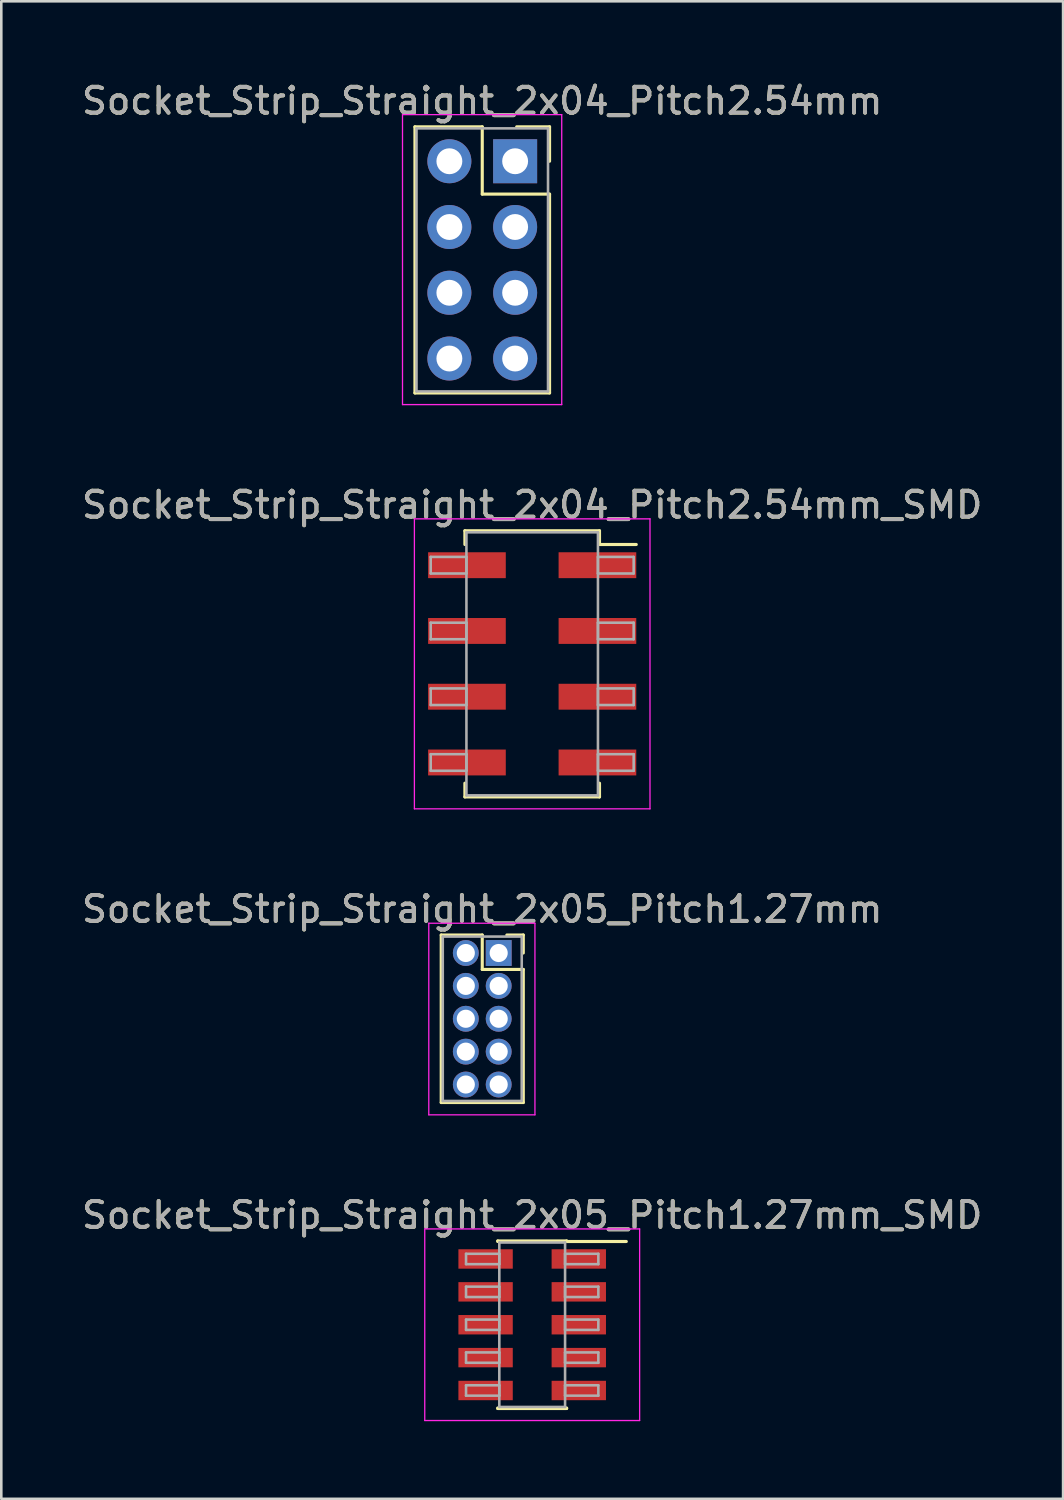
<source format=kicad_pcb>
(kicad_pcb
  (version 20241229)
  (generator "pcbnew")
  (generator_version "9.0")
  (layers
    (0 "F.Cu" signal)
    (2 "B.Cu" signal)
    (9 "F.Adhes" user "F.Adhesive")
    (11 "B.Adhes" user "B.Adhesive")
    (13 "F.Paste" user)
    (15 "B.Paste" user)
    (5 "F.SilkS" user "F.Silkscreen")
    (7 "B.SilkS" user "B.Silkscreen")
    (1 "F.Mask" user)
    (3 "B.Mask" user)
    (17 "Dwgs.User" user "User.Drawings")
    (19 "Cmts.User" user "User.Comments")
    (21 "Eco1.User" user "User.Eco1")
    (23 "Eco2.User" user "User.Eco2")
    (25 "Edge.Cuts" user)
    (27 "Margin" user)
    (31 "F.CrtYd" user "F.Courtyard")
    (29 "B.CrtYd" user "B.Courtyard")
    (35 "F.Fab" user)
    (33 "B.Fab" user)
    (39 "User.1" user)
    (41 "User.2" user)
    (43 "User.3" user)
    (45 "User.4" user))
  (footprint "Socket_Strip_Straight_2x04_Pitch2.54mm"
    (layer "F.Cu")
    (at 16.847 3.178)
    (property "Reference" "Socket_Strip_Straight_2x04_Pitch2.54mm" (at -1.27 -2.33 0) (layer "F.SilkS") (effects (font (size 1 1) (thickness 0.15))))
    (attr through_hole)
    (fp_line (start -3.87 -1.33) (end -1.27 -1.33) (stroke (width 0.12) (type solid)) (layer "F.SilkS"))
    (fp_line (start -3.87 8.95) (end -3.87 -1.33) (stroke (width 0.12) (type solid)) (layer "F.SilkS"))
    (fp_line (start -1.27 -1.33) (end -1.27 1.27) (stroke (width 0.12) (type solid)) (layer "F.SilkS"))
    (fp_line (start -1.27 1.27) (end 1.33 1.27) (stroke (width 0.12) (type solid)) (layer "F.SilkS"))
    (fp_line (start 1.33 -1.33) (end 0.06 -1.33) (stroke (width 0.12) (type solid)) (layer "F.SilkS"))
    (fp_line (start 1.33 0) (end 1.33 -1.33) (stroke (width 0.12) (type solid)) (layer "F.SilkS"))
    (fp_line (start 1.33 1.27) (end 1.33 8.95) (stroke (width 0.12) (type solid)) (layer "F.SilkS"))
    (fp_line (start 1.33 8.95) (end -3.87 8.95) (stroke (width 0.12) (type solid)) (layer "F.SilkS"))
    (fp_line (start -4.35 -1.8) (end -4.35 9.4) (stroke (width 0.05) (type solid)) (layer "F.CrtYd"))
    (fp_line (start -4.35 9.4) (end 1.8 9.4) (stroke (width 0.05) (type solid)) (layer "F.CrtYd"))
    (fp_line (start 1.8 -1.8) (end -4.35 -1.8) (stroke (width 0.05) (type solid)) (layer "F.CrtYd"))
    (fp_line (start 1.8 9.4) (end 1.8 -1.8) (stroke (width 0.05) (type solid)) (layer "F.CrtYd"))
    (fp_line (start -3.81 -1.27) (end -3.81 8.89) (stroke (width 0.1) (type solid)) (layer "F.Fab"))
    (fp_line (start -3.81 8.89) (end 1.27 8.89) (stroke (width 0.1) (type solid)) (layer "F.Fab"))
    (fp_line (start 1.27 -1.27) (end -3.81 -1.27) (stroke (width 0.1) (type solid)) (layer "F.Fab"))
    (fp_line (start 1.27 8.89) (end 1.27 -1.27) (stroke (width 0.1) (type solid)) (layer "F.Fab"))
    (fp_text user "${REFERENCE}" (at -1.27 -2.33 0) (layer "F.Fab") (effects (font (size 1 1) (thickness 0.15))))
    (pad "1" thru_hole rect (at 0 0) (size 1.7 1.7) (drill 1) (layers "*.Cu" "*.Mask"))
    (pad "2" thru_hole oval (at -2.54 0) (size 1.7 1.7) (drill 1) (layers "*.Cu" "*.Mask"))
    (pad "3" thru_hole oval (at 0 2.54) (size 1.7 1.7) (drill 1) (layers "*.Cu" "*.Mask"))
    (pad "4" thru_hole oval (at -2.54 2.54) (size 1.7 1.7) (drill 1) (layers "*.Cu" "*.Mask"))
    (pad "5" thru_hole oval (at 0 5.08) (size 1.7 1.7) (drill 1) (layers "*.Cu" "*.Mask"))
    (pad "6" thru_hole oval (at -2.54 5.08) (size 1.7 1.7) (drill 1) (layers "*.Cu" "*.Mask"))
    (pad "7" thru_hole oval (at 0 7.62) (size 1.7 1.7) (drill 1) (layers "*.Cu" "*.Mask"))
    (pad "8" thru_hole oval (at -2.54 7.62) (size 1.7 1.7) (drill 1) (layers "*.Cu" "*.Mask")))
  (footprint "Socket_Strip_Straight_2x05_Pitch1.27mm_SMD"
    (layer "F.Cu")
    (at 17.506 48.118)
    (property "Reference" "Socket_Strip_Straight_2x05_Pitch1.27mm_SMD" (at 0 -4.235 0) (layer "F.SilkS") (effects (font (size 1 1) (thickness 0.15))))
    (attr smd)
    (fp_line (start -1.33 -3.235) (end 1.33 -3.235) (stroke (width 0.12) (type solid)) (layer "F.SilkS"))
    (fp_line (start -1.33 -3.215) (end -1.33 -3.235) (stroke (width 0.12) (type solid)) (layer "F.SilkS"))
    (fp_line (start -1.33 3.215) (end -1.33 3.235) (stroke (width 0.12) (type solid)) (layer "F.SilkS"))
    (fp_line (start -1.33 3.235) (end 1.33 3.235) (stroke (width 0.12) (type solid)) (layer "F.SilkS"))
    (fp_line (start 1.33 -3.235) (end 1.33 -3.215) (stroke (width 0.12) (type solid)) (layer "F.SilkS"))
    (fp_line (start 1.33 3.235) (end 1.33 3.215) (stroke (width 0.12) (type solid)) (layer "F.SilkS"))
    (fp_line (start 3.635 -3.215) (end 1.33 -3.215) (stroke (width 0.12) (type solid)) (layer "F.SilkS"))
    (fp_line (start -4.15 -3.7) (end -4.15 3.7) (stroke (width 0.05) (type solid)) (layer "F.CrtYd"))
    (fp_line (start -4.15 3.7) (end 4.15 3.7) (stroke (width 0.05) (type solid)) (layer "F.CrtYd"))
    (fp_line (start 4.15 -3.7) (end -4.15 -3.7) (stroke (width 0.05) (type solid)) (layer "F.CrtYd"))
    (fp_line (start 4.15 3.7) (end 4.15 -3.7) (stroke (width 0.05) (type solid)) (layer "F.CrtYd"))
    (fp_line (start -2.555 -2.74) (end -1.27 -2.74) (stroke (width 0.1) (type solid)) (layer "F.Fab"))
    (fp_line (start -2.555 -2.34) (end -2.555 -2.74) (stroke (width 0.1) (type solid)) (layer "F.Fab"))
    (fp_line (start -2.555 -1.47) (end -1.27 -1.47) (stroke (width 0.1) (type solid)) (layer "F.Fab"))
    (fp_line (start -2.555 -1.07) (end -2.555 -1.47) (stroke (width 0.1) (type solid)) (layer "F.Fab"))
    (fp_line (start -2.555 -0.2) (end -1.27 -0.2) (stroke (width 0.1) (type solid)) (layer "F.Fab"))
    (fp_line (start -2.555 0.2) (end -2.555 -0.2) (stroke (width 0.1) (type solid)) (layer "F.Fab"))
    (fp_line (start -2.555 1.07) (end -1.27 1.07) (stroke (width 0.1) (type solid)) (layer "F.Fab"))
    (fp_line (start -2.555 1.47) (end -2.555 1.07) (stroke (width 0.1) (type solid)) (layer "F.Fab"))
    (fp_line (start -2.555 2.34) (end -1.27 2.34) (stroke (width 0.1) (type solid)) (layer "F.Fab"))
    (fp_line (start -2.555 2.74) (end -2.555 2.34) (stroke (width 0.1) (type solid)) (layer "F.Fab"))
    (fp_line (start -1.27 -3.175) (end -1.27 3.175) (stroke (width 0.1) (type solid)) (layer "F.Fab"))
    (fp_line (start -1.27 -2.74) (end -1.27 -2.34) (stroke (width 0.1) (type solid)) (layer "F.Fab"))
    (fp_line (start -1.27 -2.34) (end -2.555 -2.34) (stroke (width 0.1) (type solid)) (layer "F.Fab"))
    (fp_line (start -1.27 -1.47) (end -1.27 -1.07) (stroke (width 0.1) (type solid)) (layer "F.Fab"))
    (fp_line (start -1.27 -1.07) (end -2.555 -1.07) (stroke (width 0.1) (type solid)) (layer "F.Fab"))
    (fp_line (start -1.27 -0.2) (end -1.27 0.2) (stroke (width 0.1) (type solid)) (layer "F.Fab"))
    (fp_line (start -1.27 0.2) (end -2.555 0.2) (stroke (width 0.1) (type solid)) (layer "F.Fab"))
    (fp_line (start -1.27 1.07) (end -1.27 1.47) (stroke (width 0.1) (type solid)) (layer "F.Fab"))
    (fp_line (start -1.27 1.47) (end -2.555 1.47) (stroke (width 0.1) (type solid)) (layer "F.Fab"))
    (fp_line (start -1.27 2.34) (end -1.27 2.74) (stroke (width 0.1) (type solid)) (layer "F.Fab"))
    (fp_line (start -1.27 2.74) (end -2.555 2.74) (stroke (width 0.1) (type solid)) (layer "F.Fab"))
    (fp_line (start -1.27 3.175) (end 1.27 3.175) (stroke (width 0.1) (type solid)) (layer "F.Fab"))
    (fp_line (start 1.27 -3.175) (end -1.27 -3.175) (stroke (width 0.1) (type solid)) (layer "F.Fab"))
    (fp_line (start 1.27 -2.74) (end 1.27 -2.34) (stroke (width 0.1) (type solid)) (layer "F.Fab"))
    (fp_line (start 1.27 -2.34) (end 2.555 -2.34) (stroke (width 0.1) (type solid)) (layer "F.Fab"))
    (fp_line (start 1.27 -1.47) (end 1.27 -1.07) (stroke (width 0.1) (type solid)) (layer "F.Fab"))
    (fp_line (start 1.27 -1.07) (end 2.555 -1.07) (stroke (width 0.1) (type solid)) (layer "F.Fab"))
    (fp_line (start 1.27 -0.2) (end 1.27 0.2) (stroke (width 0.1) (type solid)) (layer "F.Fab"))
    (fp_line (start 1.27 0.2) (end 2.555 0.2) (stroke (width 0.1) (type solid)) (layer "F.Fab"))
    (fp_line (start 1.27 1.07) (end 1.27 1.47) (stroke (width 0.1) (type solid)) (layer "F.Fab"))
    (fp_line (start 1.27 1.47) (end 2.555 1.47) (stroke (width 0.1) (type solid)) (layer "F.Fab"))
    (fp_line (start 1.27 2.34) (end 1.27 2.74) (stroke (width 0.1) (type solid)) (layer "F.Fab"))
    (fp_line (start 1.27 2.74) (end 2.555 2.74) (stroke (width 0.1) (type solid)) (layer "F.Fab"))
    (fp_line (start 1.27 3.175) (end 1.27 -3.175) (stroke (width 0.1) (type solid)) (layer "F.Fab"))
    (fp_line (start 2.555 -2.74) (end 1.27 -2.74) (stroke (width 0.1) (type solid)) (layer "F.Fab"))
    (fp_line (start 2.555 -2.34) (end 2.555 -2.74) (stroke (width 0.1) (type solid)) (layer "F.Fab"))
    (fp_line (start 2.555 -1.47) (end 1.27 -1.47) (stroke (width 0.1) (type solid)) (layer "F.Fab"))
    (fp_line (start 2.555 -1.07) (end 2.555 -1.47) (stroke (width 0.1) (type solid)) (layer "F.Fab"))
    (fp_line (start 2.555 -0.2) (end 1.27 -0.2) (stroke (width 0.1) (type solid)) (layer "F.Fab"))
    (fp_line (start 2.555 0.2) (end 2.555 -0.2) (stroke (width 0.1) (type solid)) (layer "F.Fab"))
    (fp_line (start 2.555 1.07) (end 1.27 1.07) (stroke (width 0.1) (type solid)) (layer "F.Fab"))
    (fp_line (start 2.555 1.47) (end 2.555 1.07) (stroke (width 0.1) (type solid)) (layer "F.Fab"))
    (fp_line (start 2.555 2.34) (end 1.27 2.34) (stroke (width 0.1) (type solid)) (layer "F.Fab"))
    (fp_line (start 2.555 2.74) (end 2.555 2.34) (stroke (width 0.1) (type solid)) (layer "F.Fab"))
    (fp_text user "${REFERENCE}" (at 0 -4.235 0) (layer "F.Fab") (effects (font (size 1 1) (thickness 0.15))))
    (pad "1" smd rect (at 1.8 -2.54) (size 2.1 0.75) (layers "F.Cu" "F.Mask" "F.Paste"))
    (pad "2" smd rect (at -1.8 -2.54) (size 2.1 0.75) (layers "F.Cu" "F.Mask" "F.Paste"))
    (pad "3" smd rect (at 1.8 -1.27) (size 2.1 0.75) (layers "F.Cu" "F.Mask" "F.Paste"))
    (pad "4" smd rect (at -1.8 -1.27) (size 2.1 0.75) (layers "F.Cu" "F.Mask" "F.Paste"))
    (pad "5" smd rect (at 1.8 0) (size 2.1 0.75) (layers "F.Cu" "F.Mask" "F.Paste"))
    (pad "6" smd rect (at -1.8 0) (size 2.1 0.75) (layers "F.Cu" "F.Mask" "F.Paste"))
    (pad "7" smd rect (at 1.8 1.27) (size 2.1 0.75) (layers "F.Cu" "F.Mask" "F.Paste"))
    (pad "8" smd rect (at -1.8 1.27) (size 2.1 0.75) (layers "F.Cu" "F.Mask" "F.Paste"))
    (pad "9" smd rect (at 1.8 2.54) (size 2.1 0.75) (layers "F.Cu" "F.Mask" "F.Paste"))
    (pad "10" smd rect (at -1.8 2.54) (size 2.1 0.75) (layers "F.Cu" "F.Mask" "F.Paste")))
  (footprint "Socket_Strip_Straight_2x05_Pitch1.27mm"
    (layer "F.Cu")
    (at 16.212 33.76)
    (property "Reference" "Socket_Strip_Straight_2x05_Pitch1.27mm" (at -0.635 -1.695 0) (layer "F.SilkS") (effects (font (size 1 1) (thickness 0.15))))
    (attr through_hole)
    (fp_line (start -2.22 -0.695) (end -0.635 -0.695) (stroke (width 0.12) (type solid)) (layer "F.SilkS"))
    (fp_line (start -2.22 5.775) (end -2.22 -0.695) (stroke (width 0.12) (type solid)) (layer "F.SilkS"))
    (fp_line (start -0.635 -0.695) (end -0.635 0.635) (stroke (width 0.12) (type solid)) (layer "F.SilkS"))
    (fp_line (start -0.635 0.635) (end 0.95 0.635) (stroke (width 0.12) (type solid)) (layer "F.SilkS"))
    (fp_line (start 0.95 -0.695) (end 0.315 -0.695) (stroke (width 0.12) (type solid)) (layer "F.SilkS"))
    (fp_line (start 0.95 0) (end 0.95 -0.695) (stroke (width 0.12) (type solid)) (layer "F.SilkS"))
    (fp_line (start 0.95 0.635) (end 0.95 5.775) (stroke (width 0.12) (type solid)) (layer "F.SilkS"))
    (fp_line (start 0.95 5.775) (end -2.22 5.775) (stroke (width 0.12) (type solid)) (layer "F.SilkS"))
    (fp_line (start -2.7 -1.15) (end -2.7 6.25) (stroke (width 0.05) (type solid)) (layer "F.CrtYd"))
    (fp_line (start -2.7 6.25) (end 1.4 6.25) (stroke (width 0.05) (type solid)) (layer "F.CrtYd"))
    (fp_line (start 1.4 -1.15) (end -2.7 -1.15) (stroke (width 0.05) (type solid)) (layer "F.CrtYd"))
    (fp_line (start 1.4 6.25) (end 1.4 -1.15) (stroke (width 0.05) (type solid)) (layer "F.CrtYd"))
    (fp_line (start -2.16 -0.635) (end -2.16 5.715) (stroke (width 0.1) (type solid)) (layer "F.Fab"))
    (fp_line (start -2.16 5.715) (end 0.89 5.715) (stroke (width 0.1) (type solid)) (layer "F.Fab"))
    (fp_line (start 0.89 -0.635) (end -2.16 -0.635) (stroke (width 0.1) (type solid)) (layer "F.Fab"))
    (fp_line (start 0.89 5.715) (end 0.89 -0.635) (stroke (width 0.1) (type solid)) (layer "F.Fab"))
    (fp_text user "${REFERENCE}" (at -0.635 -1.695 0) (layer "F.Fab") (effects (font (size 1 1) (thickness 0.15))))
    (pad "1" thru_hole rect (at 0 0) (size 1 1) (drill 0.7) (layers "*.Cu" "*.Mask"))
    (pad "2" thru_hole oval (at -1.27 0) (size 1 1) (drill 0.7) (layers "*.Cu" "*.Mask"))
    (pad "3" thru_hole oval (at 0 1.27) (size 1 1) (drill 0.7) (layers "*.Cu" "*.Mask"))
    (pad "4" thru_hole oval (at -1.27 1.27) (size 1 1) (drill 0.7) (layers "*.Cu" "*.Mask"))
    (pad "5" thru_hole oval (at 0 2.54) (size 1 1) (drill 0.7) (layers "*.Cu" "*.Mask"))
    (pad "6" thru_hole oval (at -1.27 2.54) (size 1 1) (drill 0.7) (layers "*.Cu" "*.Mask"))
    (pad "7" thru_hole oval (at 0 3.81) (size 1 1) (drill 0.7) (layers "*.Cu" "*.Mask"))
    (pad "8" thru_hole oval (at -1.27 3.81) (size 1 1) (drill 0.7) (layers "*.Cu" "*.Mask"))
    (pad "9" thru_hole oval (at 0 5.08) (size 1 1) (drill 0.7) (layers "*.Cu" "*.Mask"))
    (pad "10" thru_hole oval (at -1.27 5.08) (size 1 1) (drill 0.7) (layers "*.Cu" "*.Mask")))
  (footprint "Socket_Strip_Straight_2x04_Pitch2.54mm_SMD"
    (layer "F.Cu")
    (at 17.506 22.591)
    (property "Reference" "Socket_Strip_Straight_2x04_Pitch2.54mm_SMD" (at 0 -6.14 0) (layer "F.SilkS") (effects (font (size 1 1) (thickness 0.15))))
    (attr smd)
    (fp_line (start -2.6 -5.14) (end 2.6 -5.14) (stroke (width 0.12) (type solid)) (layer "F.SilkS"))
    (fp_line (start -2.6 -4.61) (end -2.6 -5.14) (stroke (width 0.12) (type solid)) (layer "F.SilkS"))
    (fp_line (start -2.6 4.61) (end -2.6 5.14) (stroke (width 0.12) (type solid)) (layer "F.SilkS"))
    (fp_line (start -2.6 5.14) (end 2.6 5.14) (stroke (width 0.12) (type solid)) (layer "F.SilkS"))
    (fp_line (start 2.6 -5.14) (end 2.6 -4.61) (stroke (width 0.12) (type solid)) (layer "F.SilkS"))
    (fp_line (start 2.6 5.14) (end 2.6 4.61) (stroke (width 0.12) (type solid)) (layer "F.SilkS"))
    (fp_line (start 4.02 -4.61) (end 2.6 -4.61) (stroke (width 0.12) (type solid)) (layer "F.SilkS"))
    (fp_line (start -4.55 -5.6) (end -4.55 5.6) (stroke (width 0.05) (type solid)) (layer "F.CrtYd"))
    (fp_line (start -4.55 5.6) (end 4.55 5.6) (stroke (width 0.05) (type solid)) (layer "F.CrtYd"))
    (fp_line (start 4.55 -5.6) (end -4.55 -5.6) (stroke (width 0.05) (type solid)) (layer "F.CrtYd"))
    (fp_line (start 4.55 5.6) (end 4.55 -5.6) (stroke (width 0.05) (type solid)) (layer "F.CrtYd"))
    (fp_line (start -3.92 -4.13) (end -2.54 -4.13) (stroke (width 0.1) (type solid)) (layer "F.Fab"))
    (fp_line (start -3.92 -3.49) (end -3.92 -4.13) (stroke (width 0.1) (type solid)) (layer "F.Fab"))
    (fp_line (start -3.92 -1.59) (end -2.54 -1.59) (stroke (width 0.1) (type solid)) (layer "F.Fab"))
    (fp_line (start -3.92 -0.95) (end -3.92 -1.59) (stroke (width 0.1) (type solid)) (layer "F.Fab"))
    (fp_line (start -3.92 0.95) (end -2.54 0.95) (stroke (width 0.1) (type solid)) (layer "F.Fab"))
    (fp_line (start -3.92 1.59) (end -3.92 0.95) (stroke (width 0.1) (type solid)) (layer "F.Fab"))
    (fp_line (start -3.92 3.49) (end -2.54 3.49) (stroke (width 0.1) (type solid)) (layer "F.Fab"))
    (fp_line (start -3.92 4.13) (end -3.92 3.49) (stroke (width 0.1) (type solid)) (layer "F.Fab"))
    (fp_line (start -2.54 -5.08) (end -2.54 5.08) (stroke (width 0.1) (type solid)) (layer "F.Fab"))
    (fp_line (start -2.54 -4.13) (end -2.54 -3.49) (stroke (width 0.1) (type solid)) (layer "F.Fab"))
    (fp_line (start -2.54 -3.49) (end -3.92 -3.49) (stroke (width 0.1) (type solid)) (layer "F.Fab"))
    (fp_line (start -2.54 -1.59) (end -2.54 -0.95) (stroke (width 0.1) (type solid)) (layer "F.Fab"))
    (fp_line (start -2.54 -0.95) (end -3.92 -0.95) (stroke (width 0.1) (type solid)) (layer "F.Fab"))
    (fp_line (start -2.54 0.95) (end -2.54 1.59) (stroke (width 0.1) (type solid)) (layer "F.Fab"))
    (fp_line (start -2.54 1.59) (end -3.92 1.59) (stroke (width 0.1) (type solid)) (layer "F.Fab"))
    (fp_line (start -2.54 3.49) (end -2.54 4.13) (stroke (width 0.1) (type solid)) (layer "F.Fab"))
    (fp_line (start -2.54 4.13) (end -3.92 4.13) (stroke (width 0.1) (type solid)) (layer "F.Fab"))
    (fp_line (start -2.54 5.08) (end 2.54 5.08) (stroke (width 0.1) (type solid)) (layer "F.Fab"))
    (fp_line (start 2.54 -5.08) (end -2.54 -5.08) (stroke (width 0.1) (type solid)) (layer "F.Fab"))
    (fp_line (start 2.54 -4.13) (end 2.54 -3.49) (stroke (width 0.1) (type solid)) (layer "F.Fab"))
    (fp_line (start 2.54 -3.49) (end 3.92 -3.49) (stroke (width 0.1) (type solid)) (layer "F.Fab"))
    (fp_line (start 2.54 -1.59) (end 2.54 -0.95) (stroke (width 0.1) (type solid)) (layer "F.Fab"))
    (fp_line (start 2.54 -0.95) (end 3.92 -0.95) (stroke (width 0.1) (type solid)) (layer "F.Fab"))
    (fp_line (start 2.54 0.95) (end 2.54 1.59) (stroke (width 0.1) (type solid)) (layer "F.Fab"))
    (fp_line (start 2.54 1.59) (end 3.92 1.59) (stroke (width 0.1) (type solid)) (layer "F.Fab"))
    (fp_line (start 2.54 3.49) (end 2.54 4.13) (stroke (width 0.1) (type solid)) (layer "F.Fab"))
    (fp_line (start 2.54 4.13) (end 3.92 4.13) (stroke (width 0.1) (type solid)) (layer "F.Fab"))
    (fp_line (start 2.54 5.08) (end 2.54 -5.08) (stroke (width 0.1) (type solid)) (layer "F.Fab"))
    (fp_line (start 3.92 -4.13) (end 2.54 -4.13) (stroke (width 0.1) (type solid)) (layer "F.Fab"))
    (fp_line (start 3.92 -3.49) (end 3.92 -4.13) (stroke (width 0.1) (type solid)) (layer "F.Fab"))
    (fp_line (start 3.92 -1.59) (end 2.54 -1.59) (stroke (width 0.1) (type solid)) (layer "F.Fab"))
    (fp_line (start 3.92 -0.95) (end 3.92 -1.59) (stroke (width 0.1) (type solid)) (layer "F.Fab"))
    (fp_line (start 3.92 0.95) (end 2.54 0.95) (stroke (width 0.1) (type solid)) (layer "F.Fab"))
    (fp_line (start 3.92 1.59) (end 3.92 0.95) (stroke (width 0.1) (type solid)) (layer "F.Fab"))
    (fp_line (start 3.92 3.49) (end 2.54 3.49) (stroke (width 0.1) (type solid)) (layer "F.Fab"))
    (fp_line (start 3.92 4.13) (end 3.92 3.49) (stroke (width 0.1) (type solid)) (layer "F.Fab"))
    (fp_text user "${REFERENCE}" (at 0 -6.14 0) (layer "F.Fab") (effects (font (size 1 1) (thickness 0.15))))
    (pad "1" smd rect (at 2.52 -3.81) (size 3 1) (layers "F.Cu" "F.Mask" "F.Paste"))
    (pad "2" smd rect (at -2.52 -3.81) (size 3 1) (layers "F.Cu" "F.Mask" "F.Paste"))
    (pad "3" smd rect (at 2.52 -1.27) (size 3 1) (layers "F.Cu" "F.Mask" "F.Paste"))
    (pad "4" smd rect (at -2.52 -1.27) (size 3 1) (layers "F.Cu" "F.Mask" "F.Paste"))
    (pad "5" smd rect (at 2.52 1.27) (size 3 1) (layers "F.Cu" "F.Mask" "F.Paste"))
    (pad "6" smd rect (at -2.52 1.27) (size 3 1) (layers "F.Cu" "F.Mask" "F.Paste"))
    (pad "7" smd rect (at 2.52 3.81) (size 3 1) (layers "F.Cu" "F.Mask" "F.Paste"))
    (pad "8" smd rect (at -2.52 3.81) (size 3 1) (layers "F.Cu" "F.Mask" "F.Paste")))
  (gr_rect
    (start -3 -3)
    (end 38.012 54.843)
    (stroke (width 0.1) (type default))
    (fill no)
    (layer "Edge.Cuts")))
</source>
